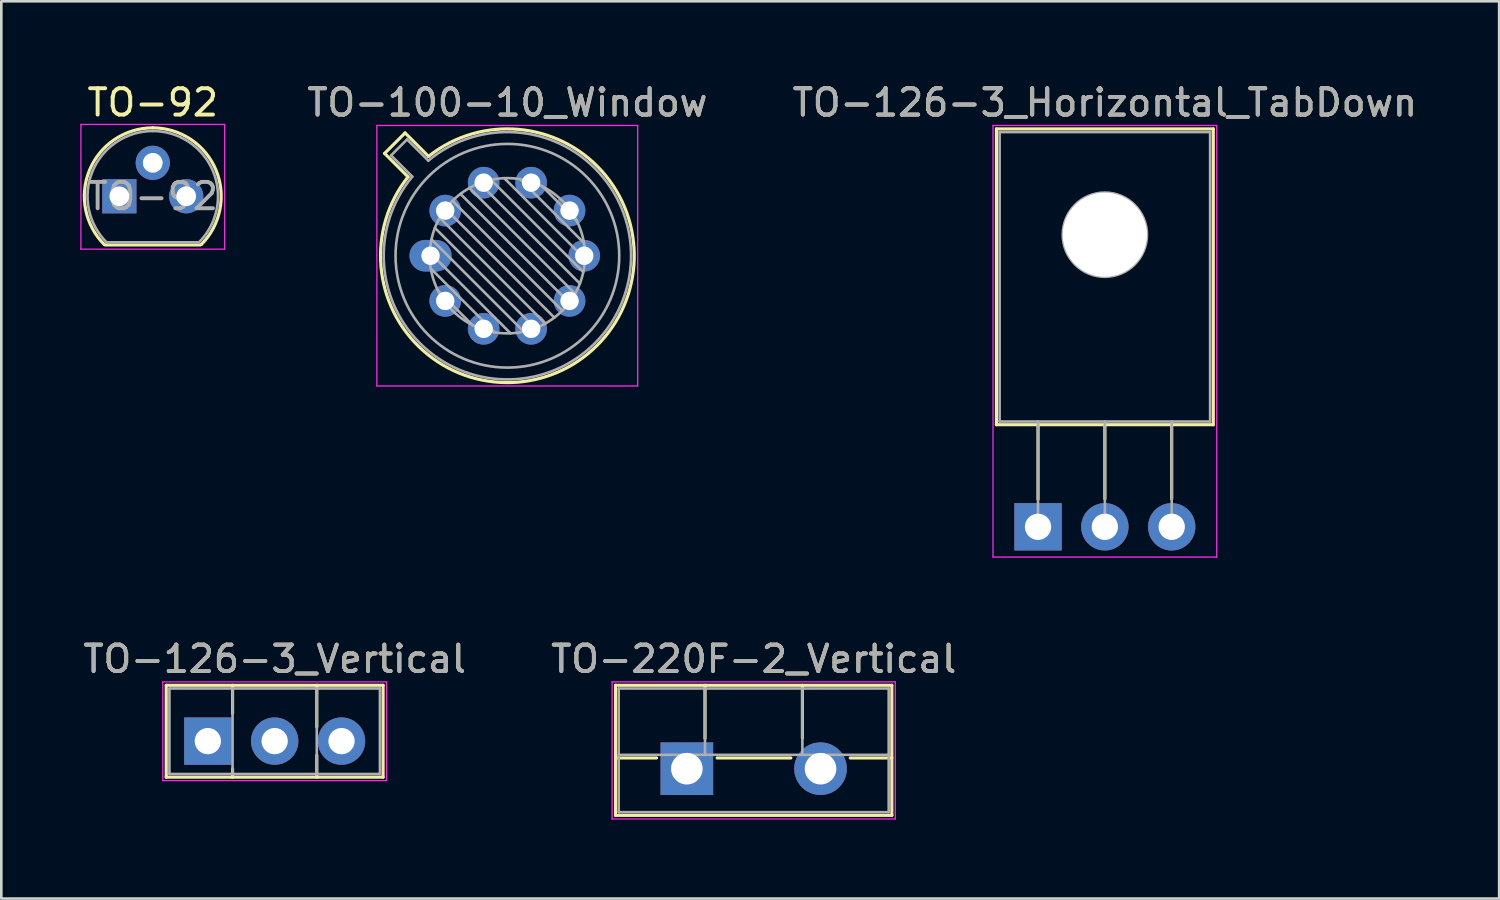
<source format=kicad_pcb>
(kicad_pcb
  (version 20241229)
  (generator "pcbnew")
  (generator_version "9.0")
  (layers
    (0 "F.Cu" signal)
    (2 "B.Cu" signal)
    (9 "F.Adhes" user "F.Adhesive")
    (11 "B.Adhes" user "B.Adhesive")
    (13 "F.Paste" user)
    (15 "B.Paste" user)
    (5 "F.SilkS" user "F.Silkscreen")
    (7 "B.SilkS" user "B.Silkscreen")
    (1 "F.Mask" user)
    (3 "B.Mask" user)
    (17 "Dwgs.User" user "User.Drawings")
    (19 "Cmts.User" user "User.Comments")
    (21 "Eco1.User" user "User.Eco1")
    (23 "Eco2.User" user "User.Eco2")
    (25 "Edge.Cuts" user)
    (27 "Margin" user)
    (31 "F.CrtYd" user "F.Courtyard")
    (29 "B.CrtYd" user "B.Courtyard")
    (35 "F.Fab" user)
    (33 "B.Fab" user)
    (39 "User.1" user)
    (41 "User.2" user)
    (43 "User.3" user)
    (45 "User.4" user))
  (footprint "TO-100-10_Window"
    (layer "F.Cu")
    (at 13.31 6.668)
    (property "Reference" "TO-100-10_Window" (at 2.92 -5.82 0) (layer "F.SilkS") (effects (font (size 1 1) (thickness 0.15))))
    (attr through_hole)
    (fp_line (start -1.746 -3.888) (end -0.855 -2.997) (stroke (width 0.12) (type solid)) (layer "F.SilkS"))
    (fp_line (start -0.968 -4.666) (end -1.746 -3.888) (stroke (width 0.12) (type solid)) (layer "F.SilkS"))
    (fp_line (start -0.077 -3.775) (end -0.968 -4.666) (stroke (width 0.12) (type solid)) (layer "F.SilkS"))
    (fp_arc (start -0.077084 -3.774902) (mid 6.328125 3.408384) (end -0.854674 -2.997371) (stroke (width 0.12) (type solid)) (layer "F.SilkS"))
    (fp_line (start -2.04 -4.95) (end -2.04 4.95) (stroke (width 0.05) (type solid)) (layer "F.CrtYd"))
    (fp_line (start -2.04 4.95) (end 7.87 4.95) (stroke (width 0.05) (type solid)) (layer "F.CrtYd"))
    (fp_line (start 7.87 -4.95) (end -2.04 -4.95) (stroke (width 0.05) (type solid)) (layer "F.CrtYd"))
    (fp_line (start 7.87 4.95) (end 7.87 -4.95) (stroke (width 0.05) (type solid)) (layer "F.CrtYd"))
    (fp_line (start -1.5 -3.812) (end -0.694 -3.005) (stroke (width 0.1) (type solid)) (layer "F.Fab"))
    (fp_line (start -0.892 -4.42) (end -1.5 -3.812) (stroke (width 0.1) (type solid)) (layer "F.Fab"))
    (fp_line (start -0.085 -3.614) (end -0.892 -4.42) (stroke (width 0.1) (type solid)) (layer "F.Fab"))
    (fp_line (start -0.028 -0.12) (end 3.04 2.948) (stroke (width 0.1) (type solid)) (layer "F.Fab"))
    (fp_line (start 0.009 0.485) (end 2.435 2.911) (stroke (width 0.1) (type solid)) (layer "F.Fab"))
    (fp_line (start 0.036 -0.622) (end 3.542 2.884) (stroke (width 0.1) (type solid)) (layer "F.Fab"))
    (fp_line (start 0.165 -1.058) (end 3.978 2.755) (stroke (width 0.1) (type solid)) (layer "F.Fab"))
    (fp_line (start 0.283 1.324) (end 1.596 2.637) (stroke (width 0.1) (type solid)) (layer "F.Fab"))
    (fp_line (start 0.346 -1.443) (end 4.363 2.574) (stroke (width 0.1) (type solid)) (layer "F.Fab"))
    (fp_line (start 0.57 -1.784) (end 4.704 2.35) (stroke (width 0.1) (type solid)) (layer "F.Fab"))
    (fp_line (start 0.834 -2.086) (end 5.006 2.086) (stroke (width 0.1) (type solid)) (layer "F.Fab"))
    (fp_line (start 1.136 -2.35) (end 5.27 1.784) (stroke (width 0.1) (type solid)) (layer "F.Fab"))
    (fp_line (start 1.477 -2.574) (end 5.494 1.443) (stroke (width 0.1) (type solid)) (layer "F.Fab"))
    (fp_line (start 1.862 -2.755) (end 5.675 1.058) (stroke (width 0.1) (type solid)) (layer "F.Fab"))
    (fp_line (start 2.298 -2.884) (end 5.804 0.622) (stroke (width 0.1) (type solid)) (layer "F.Fab"))
    (fp_line (start 2.8 -2.948) (end 5.868 0.12) (stroke (width 0.1) (type solid)) (layer "F.Fab"))
    (fp_line (start 3.405 -2.911) (end 5.831 -0.485) (stroke (width 0.1) (type solid)) (layer "F.Fab"))
    (fp_line (start 4.244 -2.637) (end 5.557 -1.324) (stroke (width 0.1) (type solid)) (layer "F.Fab"))
    (fp_arc (start -0.085408 -3.61352) (mid 6.243443 3.323361) (end -0.693594 -3.005319) (stroke (width 0.1) (type solid)) (layer "F.Fab"))
    (fp_circle (center 2.92 0) (end 5.87 0) (stroke (width 0.1) (type solid)) (fill no) (layer "F.Fab"))
    (fp_circle (center 2.92 0) (end 7.17 0) (stroke (width 0.1) (type solid)) (fill no) (layer "F.Fab"))
    (fp_text user "${REFERENCE}" (at 2.92 -5.82 0) (layer "F.Fab") (effects (font (size 1 1) (thickness 0.15))))
    (pad "1" thru_hole oval (at 0 0) (size 1.6 1.2) (drill 0.7) (layers "*.Cu" "*.Mask"))
    (pad "2" thru_hole oval (at 0.558 1.716) (size 1.2 1.2) (drill 0.7) (layers "*.Cu" "*.Mask"))
    (pad "3" thru_hole oval (at 2.018 2.777) (size 1.2 1.2) (drill 0.7) (layers "*.Cu" "*.Mask"))
    (pad "4" thru_hole oval (at 3.822 2.777) (size 1.2 1.2) (drill 0.7) (layers "*.Cu" "*.Mask"))
    (pad "5" thru_hole oval (at 5.282 1.716) (size 1.2 1.2) (drill 0.7) (layers "*.Cu" "*.Mask"))
    (pad "6" thru_hole oval (at 5.84 0) (size 1.2 1.2) (drill 0.7) (layers "*.Cu" "*.Mask"))
    (pad "7" thru_hole oval (at 5.282 -1.716) (size 1.2 1.2) (drill 0.7) (layers "*.Cu" "*.Mask"))
    (pad "8" thru_hole oval (at 3.822 -2.777) (size 1.2 1.2) (drill 0.7) (layers "*.Cu" "*.Mask"))
    (pad "9" thru_hole oval (at 2.018 -2.777) (size 1.2 1.2) (drill 0.7) (layers "*.Cu" "*.Mask"))
    (pad "10" thru_hole oval (at 0.558 -1.716) (size 1.2 1.2) (drill 0.7) (layers "*.Cu" "*.Mask")))
  (footprint "TO-220F-2_Vertical"
    (layer "F.Cu")
    (at 23.049 26.159)
    (property "Reference" "TO-220F-2_Vertical" (at 2.54 -4.168 0) (layer "F.SilkS") (effects (font (size 1 1) (thickness 0.15))))
    (attr through_hole)
    (fp_line (start -2.71 -3.168) (end -2.71 1.773) (stroke (width 0.12) (type solid)) (layer "F.SilkS"))
    (fp_line (start -2.71 -3.168) (end 7.79 -3.168) (stroke (width 0.12) (type solid)) (layer "F.SilkS"))
    (fp_line (start -2.71 -0.408) (end -1.15 -0.408) (stroke (width 0.12) (type solid)) (layer "F.SilkS"))
    (fp_line (start -2.71 1.773) (end 7.79 1.773) (stroke (width 0.12) (type solid)) (layer "F.SilkS"))
    (fp_line (start 0.69 -3.168) (end 0.69 -1.15) (stroke (width 0.12) (type solid)) (layer "F.SilkS"))
    (fp_line (start 1.15 -0.408) (end 3.952 -0.408) (stroke (width 0.12) (type solid)) (layer "F.SilkS"))
    (fp_line (start 4.391 -3.168) (end 4.391 -1.165) (stroke (width 0.12) (type solid)) (layer "F.SilkS"))
    (fp_line (start 6.209 -0.408) (end 7.79 -0.408) (stroke (width 0.12) (type solid)) (layer "F.SilkS"))
    (fp_line (start 7.79 -3.168) (end 7.79 1.773) (stroke (width 0.12) (type solid)) (layer "F.SilkS"))
    (fp_line (start -2.84 -3.3) (end -2.84 1.91) (stroke (width 0.05) (type solid)) (layer "F.CrtYd"))
    (fp_line (start -2.84 1.91) (end 7.92 1.91) (stroke (width 0.05) (type solid)) (layer "F.CrtYd"))
    (fp_line (start 7.92 -3.3) (end -2.84 -3.3) (stroke (width 0.05) (type solid)) (layer "F.CrtYd"))
    (fp_line (start 7.92 1.91) (end 7.92 -3.3) (stroke (width 0.05) (type solid)) (layer "F.CrtYd"))
    (fp_line (start -2.59 -3.047) (end -2.59 1.653) (stroke (width 0.1) (type solid)) (layer "F.Fab"))
    (fp_line (start -2.59 -0.527) (end 7.67 -0.527) (stroke (width 0.1) (type solid)) (layer "F.Fab"))
    (fp_line (start -2.59 1.653) (end 7.67 1.653) (stroke (width 0.1) (type solid)) (layer "F.Fab"))
    (fp_line (start 0.69 -3.047) (end 0.69 -0.527) (stroke (width 0.1) (type solid)) (layer "F.Fab"))
    (fp_line (start 4.39 -3.047) (end 4.39 -0.527) (stroke (width 0.1) (type solid)) (layer "F.Fab"))
    (fp_line (start 7.67 -3.047) (end -2.59 -3.047) (stroke (width 0.1) (type solid)) (layer "F.Fab"))
    (fp_line (start 7.67 1.653) (end 7.67 -3.047) (stroke (width 0.1) (type solid)) (layer "F.Fab"))
    (fp_text user "${REFERENCE}" (at 2.54 -4.168 0) (layer "F.Fab") (effects (font (size 1 1) (thickness 0.15))))
    (pad "1" thru_hole rect (at 0 0) (size 2 2) (drill 1.2) (layers "*.Cu" "*.Mask"))
    (pad "2" thru_hole oval (at 5.08 0) (size 2 2) (drill 1.2) (layers "*.Cu" "*.Mask")))
  (footprint "TO-126-3_Horizontal_TabDown"
    (layer "F.Cu")
    (at 36.393 16.968)
    (property "Reference" "TO-126-3_Horizontal_TabDown" (at 2.54 -16.12 0) (layer "F.SilkS") (effects (font (size 1 1) (thickness 0.15))))
    (attr through_hole)
    (fp_line (start -1.58 -15.12) (end -1.58 -3.88) (stroke (width 0.12) (type solid)) (layer "F.SilkS"))
    (fp_line (start -1.58 -15.12) (end 6.66 -15.12) (stroke (width 0.12) (type solid)) (layer "F.SilkS"))
    (fp_line (start -1.58 -3.88) (end 6.66 -3.88) (stroke (width 0.12) (type solid)) (layer "F.SilkS"))
    (fp_line (start 0 -3.88) (end 0 -1.05) (stroke (width 0.12) (type solid)) (layer "F.SilkS"))
    (fp_line (start 2.54 -3.88) (end 2.54 -1.066) (stroke (width 0.12) (type solid)) (layer "F.SilkS"))
    (fp_line (start 5.08 -3.88) (end 5.08 -1.066) (stroke (width 0.12) (type solid)) (layer "F.SilkS"))
    (fp_line (start 6.66 -15.12) (end 6.66 -3.88) (stroke (width 0.12) (type solid)) (layer "F.SilkS"))
    (fp_line (start -1.71 -15.25) (end -1.71 1.15) (stroke (width 0.05) (type solid)) (layer "F.CrtYd"))
    (fp_line (start -1.71 1.15) (end 6.79 1.15) (stroke (width 0.05) (type solid)) (layer "F.CrtYd"))
    (fp_line (start 6.79 -15.25) (end -1.71 -15.25) (stroke (width 0.05) (type solid)) (layer "F.CrtYd"))
    (fp_line (start 6.79 1.15) (end 6.79 -15.25) (stroke (width 0.05) (type solid)) (layer "F.CrtYd"))
    (fp_line (start -1.46 -15) (end 6.54 -15) (stroke (width 0.1) (type solid)) (layer "F.Fab"))
    (fp_line (start -1.46 -4) (end -1.46 -15) (stroke (width 0.1) (type solid)) (layer "F.Fab"))
    (fp_line (start 0 -4) (end 0 0) (stroke (width 0.1) (type solid)) (layer "F.Fab"))
    (fp_line (start 2.54 -4) (end 2.54 0) (stroke (width 0.1) (type solid)) (layer "F.Fab"))
    (fp_line (start 5.08 -4) (end 5.08 0) (stroke (width 0.1) (type solid)) (layer "F.Fab"))
    (fp_line (start 6.54 -15) (end 6.54 -4) (stroke (width 0.1) (type solid)) (layer "F.Fab"))
    (fp_line (start 6.54 -4) (end -1.46 -4) (stroke (width 0.1) (type solid)) (layer "F.Fab"))
    (fp_circle (center 2.54 -11.1) (end 4.14 -11.1) (stroke (width 0.1) (type solid)) (fill no) (layer "F.Fab"))
    (fp_text user "${REFERENCE}" (at 2.54 -16.12 0) (layer "F.Fab") (effects (font (size 1 1) (thickness 0.15))))
    (pad "" np_thru_hole oval (at 2.54 -11.1) (size 3.2 3.2) (drill 3.2) (layers "*.Cu" "*.Mask"))
    (pad "1" thru_hole rect (at 0 0) (size 1.8 1.8) (drill 1) (layers "*.Cu" "*.Mask"))
    (pad "2" thru_hole oval (at 2.54 0) (size 1.8 1.8) (drill 1) (layers "*.Cu" "*.Mask"))
    (pad "3" thru_hole oval (at 5.08 0) (size 1.8 1.8) (drill 1) (layers "*.Cu" "*.Mask")))
  (footprint "TO-92"
    (layer "F.Cu")
    (at 1.485 4.408)
    (property "Reference" "TO-92" (at 1.27 -3.56 0) (layer "F.SilkS") (effects (font (size 1 1) (thickness 0.15))))
    (attr through_hole)
    (fp_line (start -0.53 1.85) (end 3.07 1.85) (stroke (width 0.12) (type solid)) (layer "F.SilkS"))
    (fp_arc (start -0.568478 1.838478) (mid -1.132087 -0.994977) (end 1.27 -2.6) (stroke (width 0.12) (type solid)) (layer "F.SilkS"))
    (fp_arc (start 1.27 -2.6) (mid 3.672087 -0.994977) (end 3.108478 1.838478) (stroke (width 0.12) (type solid)) (layer "F.SilkS"))
    (fp_line (start -1.46 -2.73) (end -1.46 2.01) (stroke (width 0.05) (type solid)) (layer "F.CrtYd"))
    (fp_line (start -1.46 -2.73) (end 4 -2.73) (stroke (width 0.05) (type solid)) (layer "F.CrtYd"))
    (fp_line (start 4 2.01) (end -1.46 2.01) (stroke (width 0.05) (type solid)) (layer "F.CrtYd"))
    (fp_line (start 4 2.01) (end 4 -2.73) (stroke (width 0.05) (type solid)) (layer "F.CrtYd"))
    (fp_line (start -0.5 1.75) (end 3 1.75) (stroke (width 0.1) (type solid)) (layer "F.Fab"))
    (fp_arc (start -0.483625 1.753625) (mid -1.021221 -0.949055) (end 1.27 -2.48) (stroke (width 0.1) (type solid)) (layer "F.Fab"))
    (fp_arc (start 1.27 -2.48) (mid 3.561221 -0.949055) (end 3.023625 1.753625) (stroke (width 0.1) (type solid)) (layer "F.Fab"))
    (fp_text user "${REFERENCE}" (at 1.27 0 0) (layer "F.Fab") (effects (font (size 1 1) (thickness 0.15))))
    (pad "1" thru_hole rect (at 0 0) (size 1.3 1.3) (drill 0.75) (layers "*.Cu" "*.Mask"))
    (pad "2" thru_hole circle (at 1.27 -1.27) (size 1.3 1.3) (drill 0.75) (layers "*.Cu" "*.Mask"))
    (pad "3" thru_hole circle (at 2.54 0) (size 1.3 1.3) (drill 0.75) (layers "*.Cu" "*.Mask")))
  (footprint "TO-126-3_Vertical"
    (layer "F.Cu")
    (at 4.847 25.111)
    (property "Reference" "TO-126-3_Vertical" (at 2.54 -3.12 0) (layer "F.SilkS") (effects (font (size 1 1) (thickness 0.15))))
    (attr through_hole)
    (fp_line (start -1.58 -2.12) (end -1.58 1.37) (stroke (width 0.12) (type solid)) (layer "F.SilkS"))
    (fp_line (start -1.58 -2.12) (end 6.66 -2.12) (stroke (width 0.12) (type solid)) (layer "F.SilkS"))
    (fp_line (start -1.58 1.37) (end 6.66 1.37) (stroke (width 0.12) (type solid)) (layer "F.SilkS"))
    (fp_line (start 0.94 -2.12) (end 0.94 -1.05) (stroke (width 0.12) (type solid)) (layer "F.SilkS"))
    (fp_line (start 0.94 1.05) (end 0.94 1.37) (stroke (width 0.12) (type solid)) (layer "F.SilkS"))
    (fp_line (start 4.141 -2.12) (end 4.141 -0.54) (stroke (width 0.12) (type solid)) (layer "F.SilkS"))
    (fp_line (start 4.141 0.54) (end 4.141 1.37) (stroke (width 0.12) (type solid)) (layer "F.SilkS"))
    (fp_line (start 6.66 -2.12) (end 6.66 1.37) (stroke (width 0.12) (type solid)) (layer "F.SilkS"))
    (fp_line (start -1.71 -2.25) (end -1.71 1.5) (stroke (width 0.05) (type solid)) (layer "F.CrtYd"))
    (fp_line (start -1.71 1.5) (end 6.79 1.5) (stroke (width 0.05) (type solid)) (layer "F.CrtYd"))
    (fp_line (start 6.79 -2.25) (end -1.71 -2.25) (stroke (width 0.05) (type solid)) (layer "F.CrtYd"))
    (fp_line (start 6.79 1.5) (end 6.79 -2.25) (stroke (width 0.05) (type solid)) (layer "F.CrtYd"))
    (fp_line (start -1.46 -2) (end -1.46 1.25) (stroke (width 0.1) (type solid)) (layer "F.Fab"))
    (fp_line (start -1.46 1.25) (end 6.54 1.25) (stroke (width 0.1) (type solid)) (layer "F.Fab"))
    (fp_line (start 0.94 -2) (end 0.94 1.25) (stroke (width 0.1) (type solid)) (layer "F.Fab"))
    (fp_line (start 4.14 -2) (end 4.14 1.25) (stroke (width 0.1) (type solid)) (layer "F.Fab"))
    (fp_line (start 6.54 -2) (end -1.46 -2) (stroke (width 0.1) (type solid)) (layer "F.Fab"))
    (fp_line (start 6.54 1.25) (end 6.54 -2) (stroke (width 0.1) (type solid)) (layer "F.Fab"))
    (fp_text user "${REFERENCE}" (at 2.54 -3.12 0) (layer "F.Fab") (effects (font (size 1 1) (thickness 0.15))))
    (pad "1" thru_hole rect (at 0 0) (size 1.8 1.8) (drill 1) (layers "*.Cu" "*.Mask"))
    (pad "2" thru_hole oval (at 2.54 0) (size 1.8 1.8) (drill 1) (layers "*.Cu" "*.Mask"))
    (pad "3" thru_hole oval (at 5.08 0) (size 1.8 1.8) (drill 1) (layers "*.Cu" "*.Mask")))
  (gr_rect
    (start -3 -3)
    (end 53.915 31.094)
    (stroke (width 0.1) (type default))
    (fill no)
    (layer "Edge.Cuts")))
</source>
